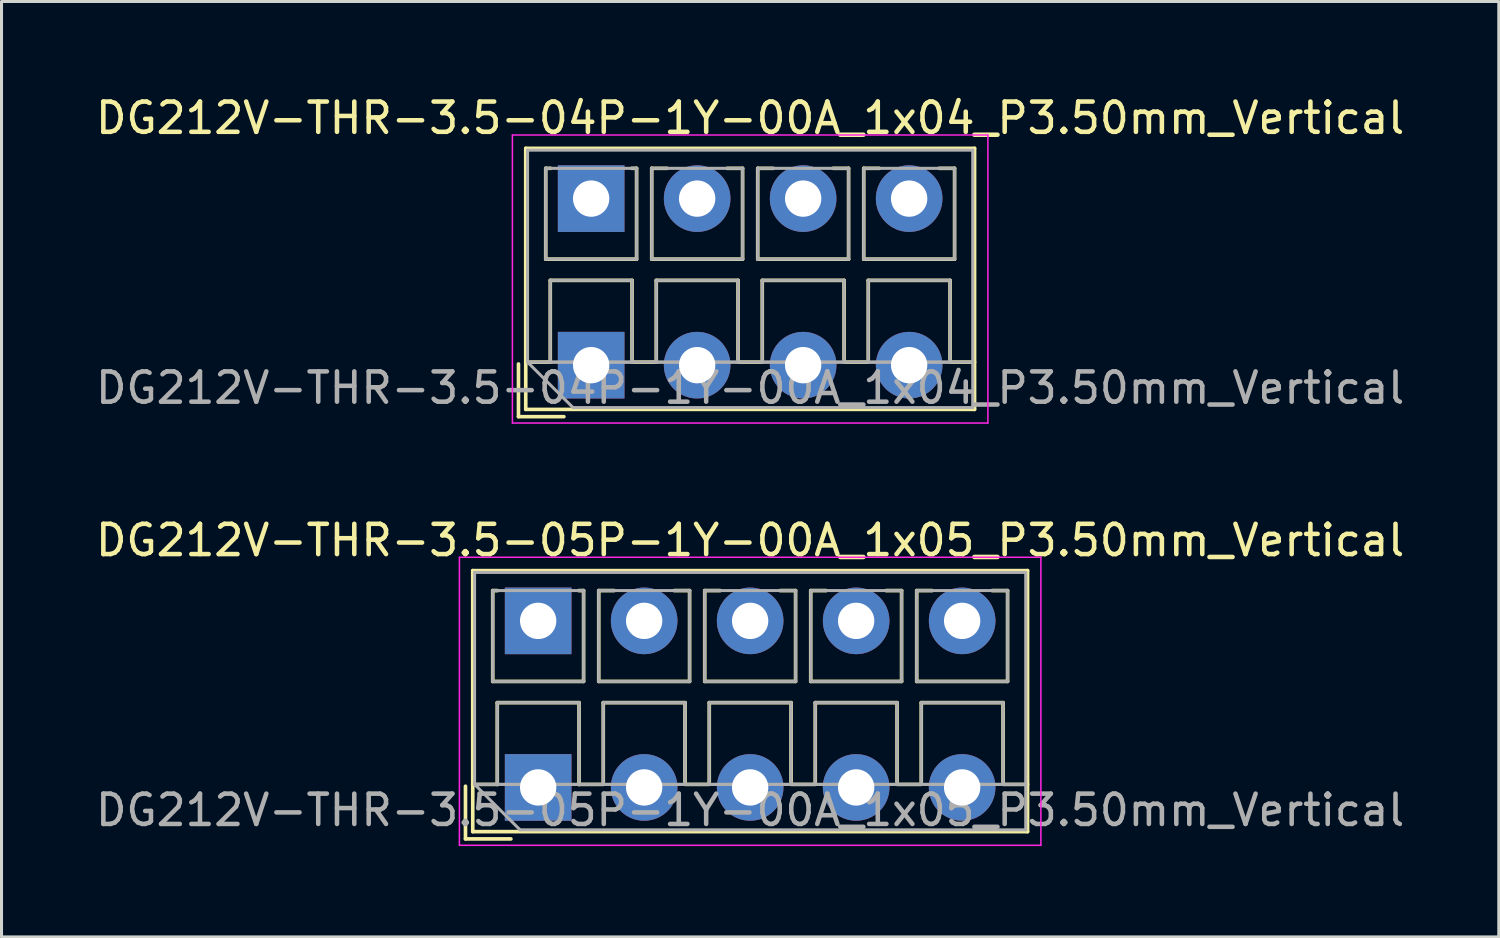
<source format=kicad_pcb>
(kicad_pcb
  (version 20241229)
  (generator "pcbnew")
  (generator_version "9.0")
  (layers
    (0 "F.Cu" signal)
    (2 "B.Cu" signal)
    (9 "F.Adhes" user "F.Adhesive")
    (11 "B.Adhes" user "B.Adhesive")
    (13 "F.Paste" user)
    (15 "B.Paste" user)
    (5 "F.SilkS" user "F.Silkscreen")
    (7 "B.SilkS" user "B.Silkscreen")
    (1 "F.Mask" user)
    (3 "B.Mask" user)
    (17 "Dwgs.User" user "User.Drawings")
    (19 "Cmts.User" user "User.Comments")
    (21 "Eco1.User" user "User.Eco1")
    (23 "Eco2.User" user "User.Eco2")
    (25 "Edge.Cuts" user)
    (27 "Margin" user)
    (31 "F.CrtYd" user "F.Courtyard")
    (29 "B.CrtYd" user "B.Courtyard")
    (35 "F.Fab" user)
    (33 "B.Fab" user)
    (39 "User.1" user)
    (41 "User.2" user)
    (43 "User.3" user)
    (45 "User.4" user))
  (footprint "DG212V-THR-3.5-04P-1Y-00A_1x04_P3.50mm_Vertical"
    (layer "F.Cu")
    (at 16.47 9.008)
    (property "Reference" "DG212V-THR-3.5-04P-1Y-00A_1x04_P3.50mm_Vertical" (at 5.25 -8.16 0) (layer "F.SilkS") (effects (font (size 1 1) (thickness 0.15))))
    (attr through_hole)
    (fp_line (start -2.4 -0.04) (end -2.4 1.7) (stroke (width 0.12) (type solid)) (layer "F.SilkS"))
    (fp_line (start -2.4 1.7) (end -0.9 1.7) (stroke (width 0.12) (type solid)) (layer "F.SilkS"))
    (fp_line (start -2.16 -7.16) (end -2.16 1.46) (stroke (width 0.12) (type solid)) (layer "F.SilkS"))
    (fp_line (start -2.16 -7.16) (end 12.66 -7.16) (stroke (width 0.12) (type solid)) (layer "F.SilkS"))
    (fp_line (start -2.16 -0.1) (end -1.34 -0.1) (stroke (width 0.12) (type solid)) (layer "F.SilkS"))
    (fp_line (start -2.16 1.46) (end 12.66 1.46) (stroke (width 0.12) (type solid)) (layer "F.SilkS"))
    (fp_line (start -1.5 -6.5) (end -1.5 -3.5) (stroke (width 0.12) (type solid)) (layer "F.SilkS"))
    (fp_line (start -1.5 -6.5) (end -1.34 -6.5) (stroke (width 0.12) (type solid)) (layer "F.SilkS"))
    (fp_line (start -1.5 -3.5) (end 1.5 -3.5) (stroke (width 0.12) (type solid)) (layer "F.SilkS"))
    (fp_line (start -1.35 -2.8) (end -1.35 -0.1) (stroke (width 0.12) (type solid)) (layer "F.SilkS"))
    (fp_line (start -1.35 -2.8) (end 1.35 -2.8) (stroke (width 0.12) (type solid)) (layer "F.SilkS"))
    (fp_line (start -1.35 -0.1) (end -1.34 -0.1) (stroke (width 0.12) (type solid)) (layer "F.SilkS"))
    (fp_line (start 1.34 -6.5) (end 1.5 -6.5) (stroke (width 0.12) (type solid)) (layer "F.SilkS"))
    (fp_line (start 1.34 -0.1) (end 1.35 -0.1) (stroke (width 0.12) (type solid)) (layer "F.SilkS"))
    (fp_line (start 1.34 -0.1) (end 2.148 -0.1) (stroke (width 0.12) (type solid)) (layer "F.SilkS"))
    (fp_line (start 1.35 -2.8) (end 1.35 -0.1) (stroke (width 0.12) (type solid)) (layer "F.SilkS"))
    (fp_line (start 1.5 -6.5) (end 1.5 -3.5) (stroke (width 0.12) (type solid)) (layer "F.SilkS"))
    (fp_line (start 2 -6.5) (end 2 -3.5) (stroke (width 0.12) (type solid)) (layer "F.SilkS"))
    (fp_line (start 2 -6.5) (end 2.512 -6.5) (stroke (width 0.12) (type solid)) (layer "F.SilkS"))
    (fp_line (start 2 -3.5) (end 5 -3.5) (stroke (width 0.12) (type solid)) (layer "F.SilkS"))
    (fp_line (start 2.15 -2.8) (end 2.15 -0.183) (stroke (width 0.12) (type solid)) (layer "F.SilkS"))
    (fp_line (start 2.15 -2.8) (end 4.85 -2.8) (stroke (width 0.12) (type solid)) (layer "F.SilkS"))
    (fp_line (start 4.489 -6.5) (end 5 -6.5) (stroke (width 0.12) (type solid)) (layer "F.SilkS"))
    (fp_line (start 4.85 -2.8) (end 4.85 -0.183) (stroke (width 0.12) (type solid)) (layer "F.SilkS"))
    (fp_line (start 4.853 -0.1) (end 5.648 -0.1) (stroke (width 0.12) (type solid)) (layer "F.SilkS"))
    (fp_line (start 5 -6.5) (end 5 -3.5) (stroke (width 0.12) (type solid)) (layer "F.SilkS"))
    (fp_line (start 5.5 -6.5) (end 5.5 -3.5) (stroke (width 0.12) (type solid)) (layer "F.SilkS"))
    (fp_line (start 5.5 -6.5) (end 6.012 -6.5) (stroke (width 0.12) (type solid)) (layer "F.SilkS"))
    (fp_line (start 5.5 -3.5) (end 8.5 -3.5) (stroke (width 0.12) (type solid)) (layer "F.SilkS"))
    (fp_line (start 5.65 -2.8) (end 5.65 -0.183) (stroke (width 0.12) (type solid)) (layer "F.SilkS"))
    (fp_line (start 5.65 -2.8) (end 8.351 -2.8) (stroke (width 0.12) (type solid)) (layer "F.SilkS"))
    (fp_line (start 7.989 -6.5) (end 8.5 -6.5) (stroke (width 0.12) (type solid)) (layer "F.SilkS"))
    (fp_line (start 8.351 -2.8) (end 8.351 -0.183) (stroke (width 0.12) (type solid)) (layer "F.SilkS"))
    (fp_line (start 8.353 -0.1) (end 9.148 -0.1) (stroke (width 0.12) (type solid)) (layer "F.SilkS"))
    (fp_line (start 8.5 -6.5) (end 8.5 -3.5) (stroke (width 0.12) (type solid)) (layer "F.SilkS"))
    (fp_line (start 9 -6.5) (end 9 -3.5) (stroke (width 0.12) (type solid)) (layer "F.SilkS"))
    (fp_line (start 9 -6.5) (end 9.512 -6.5) (stroke (width 0.12) (type solid)) (layer "F.SilkS"))
    (fp_line (start 9 -3.5) (end 12 -3.5) (stroke (width 0.12) (type solid)) (layer "F.SilkS"))
    (fp_line (start 9.15 -2.8) (end 9.15 -0.183) (stroke (width 0.12) (type solid)) (layer "F.SilkS"))
    (fp_line (start 9.15 -2.8) (end 11.851 -2.8) (stroke (width 0.12) (type solid)) (layer "F.SilkS"))
    (fp_line (start 11.489 -6.5) (end 12 -6.5) (stroke (width 0.12) (type solid)) (layer "F.SilkS"))
    (fp_line (start 11.851 -2.8) (end 11.851 -0.183) (stroke (width 0.12) (type solid)) (layer "F.SilkS"))
    (fp_line (start 11.853 -0.1) (end 12.66 -0.1) (stroke (width 0.12) (type solid)) (layer "F.SilkS"))
    (fp_line (start 12 -6.5) (end 12 -3.5) (stroke (width 0.12) (type solid)) (layer "F.SilkS"))
    (fp_line (start 12.66 -7.16) (end 12.66 1.46) (stroke (width 0.12) (type solid)) (layer "F.SilkS"))
    (fp_line (start -2.6 -7.6) (end -2.6 1.91) (stroke (width 0.05) (type solid)) (layer "F.CrtYd"))
    (fp_line (start -2.6 1.91) (end 13.1 1.91) (stroke (width 0.05) (type solid)) (layer "F.CrtYd"))
    (fp_line (start 13.1 -7.6) (end -2.6 -7.6) (stroke (width 0.05) (type solid)) (layer "F.CrtYd"))
    (fp_line (start 13.1 1.91) (end 13.1 -7.6) (stroke (width 0.05) (type solid)) (layer "F.CrtYd"))
    (fp_line (start -2.1 -7.1) (end 12.6 -7.1) (stroke (width 0.1) (type solid)) (layer "F.Fab"))
    (fp_line (start -2.1 -0.1) (end -2.1 -7.1) (stroke (width 0.1) (type solid)) (layer "F.Fab"))
    (fp_line (start -2.1 -0.1) (end 12.6 -0.1) (stroke (width 0.1) (type solid)) (layer "F.Fab"))
    (fp_line (start -1.5 -6.5) (end -1.5 -3.5) (stroke (width 0.1) (type solid)) (layer "F.Fab"))
    (fp_line (start -1.5 -3.5) (end 1.5 -3.5) (stroke (width 0.1) (type solid)) (layer "F.Fab"))
    (fp_line (start -1.35 -2.8) (end -1.35 -0.1) (stroke (width 0.1) (type solid)) (layer "F.Fab"))
    (fp_line (start -1.35 -0.1) (end 1.35 -0.1) (stroke (width 0.1) (type solid)) (layer "F.Fab"))
    (fp_line (start -0.6 1.4) (end -2.1 -0.1) (stroke (width 0.1) (type solid)) (layer "F.Fab"))
    (fp_line (start 1.35 -2.8) (end -1.35 -2.8) (stroke (width 0.1) (type solid)) (layer "F.Fab"))
    (fp_line (start 1.35 -0.1) (end 1.35 -2.8) (stroke (width 0.1) (type solid)) (layer "F.Fab"))
    (fp_line (start 1.5 -6.5) (end -1.5 -6.5) (stroke (width 0.1) (type solid)) (layer "F.Fab"))
    (fp_line (start 1.5 -3.5) (end 1.5 -6.5) (stroke (width 0.1) (type solid)) (layer "F.Fab"))
    (fp_line (start 2 -6.5) (end 2 -3.5) (stroke (width 0.1) (type solid)) (layer "F.Fab"))
    (fp_line (start 2 -3.5) (end 5 -3.5) (stroke (width 0.1) (type solid)) (layer "F.Fab"))
    (fp_line (start 2.15 -2.8) (end 2.15 -0.1) (stroke (width 0.1) (type solid)) (layer "F.Fab"))
    (fp_line (start 2.15 -0.1) (end 4.85 -0.1) (stroke (width 0.1) (type solid)) (layer "F.Fab"))
    (fp_line (start 4.85 -2.8) (end 2.15 -2.8) (stroke (width 0.1) (type solid)) (layer "F.Fab"))
    (fp_line (start 4.85 -0.1) (end 4.85 -2.8) (stroke (width 0.1) (type solid)) (layer "F.Fab"))
    (fp_line (start 5 -6.5) (end 2 -6.5) (stroke (width 0.1) (type solid)) (layer "F.Fab"))
    (fp_line (start 5 -3.5) (end 5 -6.5) (stroke (width 0.1) (type solid)) (layer "F.Fab"))
    (fp_line (start 5.5 -6.5) (end 5.5 -3.5) (stroke (width 0.1) (type solid)) (layer "F.Fab"))
    (fp_line (start 5.5 -3.5) (end 8.5 -3.5) (stroke (width 0.1) (type solid)) (layer "F.Fab"))
    (fp_line (start 5.65 -2.8) (end 5.65 -0.1) (stroke (width 0.1) (type solid)) (layer "F.Fab"))
    (fp_line (start 5.65 -0.1) (end 8.351 -0.1) (stroke (width 0.1) (type solid)) (layer "F.Fab"))
    (fp_line (start 8.351 -2.8) (end 5.65 -2.8) (stroke (width 0.1) (type solid)) (layer "F.Fab"))
    (fp_line (start 8.351 -0.1) (end 8.351 -2.8) (stroke (width 0.1) (type solid)) (layer "F.Fab"))
    (fp_line (start 8.5 -6.5) (end 5.5 -6.5) (stroke (width 0.1) (type solid)) (layer "F.Fab"))
    (fp_line (start 8.5 -3.5) (end 8.5 -6.5) (stroke (width 0.1) (type solid)) (layer "F.Fab"))
    (fp_line (start 9 -6.5) (end 9 -3.5) (stroke (width 0.1) (type solid)) (layer "F.Fab"))
    (fp_line (start 9 -3.5) (end 12 -3.5) (stroke (width 0.1) (type solid)) (layer "F.Fab"))
    (fp_line (start 9.15 -2.8) (end 9.15 -0.1) (stroke (width 0.1) (type solid)) (layer "F.Fab"))
    (fp_line (start 9.15 -0.1) (end 11.851 -0.1) (stroke (width 0.1) (type solid)) (layer "F.Fab"))
    (fp_line (start 11.851 -2.8) (end 9.15 -2.8) (stroke (width 0.1) (type solid)) (layer "F.Fab"))
    (fp_line (start 11.851 -0.1) (end 11.851 -2.8) (stroke (width 0.1) (type solid)) (layer "F.Fab"))
    (fp_line (start 12 -6.5) (end 9 -6.5) (stroke (width 0.1) (type solid)) (layer "F.Fab"))
    (fp_line (start 12 -3.5) (end 12 -6.5) (stroke (width 0.1) (type solid)) (layer "F.Fab"))
    (fp_line (start 12.6 -7.1) (end 12.6 1.4) (stroke (width 0.1) (type solid)) (layer "F.Fab"))
    (fp_line (start 12.6 1.4) (end -0.6 1.4) (stroke (width 0.1) (type solid)) (layer "F.Fab"))
    (fp_text user "${REFERENCE}" (at 5.25 0.75 0) (layer "F.Fab") (effects (font (size 1 1) (thickness 0.15))))
    (pad "1" thru_hole rect (at 0 -5.5) (size 2.2 2.2) (drill 1.2) (layers "*.Cu" "*.Mask"))
    (pad "1" thru_hole rect (at 0 0) (size 2.2 2.2) (drill 1.2) (layers "*.Cu" "*.Mask"))
    (pad "2" thru_hole circle (at 3.5 -5.5) (size 2.2 2.2) (drill 1.2) (layers "*.Cu" "*.Mask"))
    (pad "2" thru_hole circle (at 3.5 0) (size 2.2 2.2) (drill 1.2) (layers "*.Cu" "*.Mask"))
    (pad "3" thru_hole circle (at 7 -5.5) (size 2.2 2.2) (drill 1.2) (layers "*.Cu" "*.Mask"))
    (pad "3" thru_hole circle (at 7 0) (size 2.2 2.2) (drill 1.2) (layers "*.Cu" "*.Mask"))
    (pad "4" thru_hole circle (at 10.5 -5.5) (size 2.2 2.2) (drill 1.2) (layers "*.Cu" "*.Mask"))
    (pad "4" thru_hole circle (at 10.5 0) (size 2.2 2.2) (drill 1.2) (layers "*.Cu" "*.Mask")))
  (footprint "DG212V-THR-3.5-05P-1Y-00A_1x05_P3.50mm_Vertical"
    (layer "F.Cu")
    (at 14.72 22.951)
    (property "Reference" "DG212V-THR-3.5-05P-1Y-00A_1x05_P3.50mm_Vertical" (at 7 -8.16 0) (layer "F.SilkS") (effects (font (size 1 1) (thickness 0.15))))
    (attr through_hole)
    (fp_line (start -2.4 -0.04) (end -2.4 1.7) (stroke (width 0.12) (type solid)) (layer "F.SilkS"))
    (fp_line (start -2.4 1.7) (end -0.9 1.7) (stroke (width 0.12) (type solid)) (layer "F.SilkS"))
    (fp_line (start -2.16 -7.16) (end -2.16 1.46) (stroke (width 0.12) (type solid)) (layer "F.SilkS"))
    (fp_line (start -2.16 -7.16) (end 16.16 -7.16) (stroke (width 0.12) (type solid)) (layer "F.SilkS"))
    (fp_line (start -2.16 -0.1) (end -1.34 -0.1) (stroke (width 0.12) (type solid)) (layer "F.SilkS"))
    (fp_line (start -2.16 1.46) (end 16.16 1.46) (stroke (width 0.12) (type solid)) (layer "F.SilkS"))
    (fp_line (start -1.5 -6.5) (end -1.5 -3.5) (stroke (width 0.12) (type solid)) (layer "F.SilkS"))
    (fp_line (start -1.5 -6.5) (end -1.34 -6.5) (stroke (width 0.12) (type solid)) (layer "F.SilkS"))
    (fp_line (start -1.5 -3.5) (end 1.5 -3.5) (stroke (width 0.12) (type solid)) (layer "F.SilkS"))
    (fp_line (start -1.35 -2.8) (end -1.35 -0.1) (stroke (width 0.12) (type solid)) (layer "F.SilkS"))
    (fp_line (start -1.35 -2.8) (end 1.35 -2.8) (stroke (width 0.12) (type solid)) (layer "F.SilkS"))
    (fp_line (start -1.35 -0.1) (end -1.34 -0.1) (stroke (width 0.12) (type solid)) (layer "F.SilkS"))
    (fp_line (start 1.34 -6.5) (end 1.5 -6.5) (stroke (width 0.12) (type solid)) (layer "F.SilkS"))
    (fp_line (start 1.34 -0.1) (end 1.35 -0.1) (stroke (width 0.12) (type solid)) (layer "F.SilkS"))
    (fp_line (start 1.34 -0.1) (end 2.148 -0.1) (stroke (width 0.12) (type solid)) (layer "F.SilkS"))
    (fp_line (start 1.35 -2.8) (end 1.35 -0.1) (stroke (width 0.12) (type solid)) (layer "F.SilkS"))
    (fp_line (start 1.5 -6.5) (end 1.5 -3.5) (stroke (width 0.12) (type solid)) (layer "F.SilkS"))
    (fp_line (start 2 -6.5) (end 2 -3.5) (stroke (width 0.12) (type solid)) (layer "F.SilkS"))
    (fp_line (start 2 -6.5) (end 2.512 -6.5) (stroke (width 0.12) (type solid)) (layer "F.SilkS"))
    (fp_line (start 2 -3.5) (end 5 -3.5) (stroke (width 0.12) (type solid)) (layer "F.SilkS"))
    (fp_line (start 2.15 -2.8) (end 2.15 -0.183) (stroke (width 0.12) (type solid)) (layer "F.SilkS"))
    (fp_line (start 2.15 -2.8) (end 4.85 -2.8) (stroke (width 0.12) (type solid)) (layer "F.SilkS"))
    (fp_line (start 4.489 -6.5) (end 5 -6.5) (stroke (width 0.12) (type solid)) (layer "F.SilkS"))
    (fp_line (start 4.85 -2.8) (end 4.85 -0.183) (stroke (width 0.12) (type solid)) (layer "F.SilkS"))
    (fp_line (start 4.853 -0.1) (end 5.648 -0.1) (stroke (width 0.12) (type solid)) (layer "F.SilkS"))
    (fp_line (start 5 -6.5) (end 5 -3.5) (stroke (width 0.12) (type solid)) (layer "F.SilkS"))
    (fp_line (start 5.5 -6.5) (end 5.5 -3.5) (stroke (width 0.12) (type solid)) (layer "F.SilkS"))
    (fp_line (start 5.5 -6.5) (end 6.012 -6.5) (stroke (width 0.12) (type solid)) (layer "F.SilkS"))
    (fp_line (start 5.5 -3.5) (end 8.5 -3.5) (stroke (width 0.12) (type solid)) (layer "F.SilkS"))
    (fp_line (start 5.65 -2.8) (end 5.65 -0.183) (stroke (width 0.12) (type solid)) (layer "F.SilkS"))
    (fp_line (start 5.65 -2.8) (end 8.351 -2.8) (stroke (width 0.12) (type solid)) (layer "F.SilkS"))
    (fp_line (start 7.989 -6.5) (end 8.5 -6.5) (stroke (width 0.12) (type solid)) (layer "F.SilkS"))
    (fp_line (start 8.351 -2.8) (end 8.351 -0.183) (stroke (width 0.12) (type solid)) (layer "F.SilkS"))
    (fp_line (start 8.353 -0.1) (end 9.148 -0.1) (stroke (width 0.12) (type solid)) (layer "F.SilkS"))
    (fp_line (start 8.5 -6.5) (end 8.5 -3.5) (stroke (width 0.12) (type solid)) (layer "F.SilkS"))
    (fp_line (start 9 -6.5) (end 9 -3.5) (stroke (width 0.12) (type solid)) (layer "F.SilkS"))
    (fp_line (start 9 -6.5) (end 9.512 -6.5) (stroke (width 0.12) (type solid)) (layer "F.SilkS"))
    (fp_line (start 9 -3.5) (end 12 -3.5) (stroke (width 0.12) (type solid)) (layer "F.SilkS"))
    (fp_line (start 9.15 -2.8) (end 9.15 -0.183) (stroke (width 0.12) (type solid)) (layer "F.SilkS"))
    (fp_line (start 9.15 -2.8) (end 11.851 -2.8) (stroke (width 0.12) (type solid)) (layer "F.SilkS"))
    (fp_line (start 11.489 -6.5) (end 12 -6.5) (stroke (width 0.12) (type solid)) (layer "F.SilkS"))
    (fp_line (start 11.851 -2.8) (end 11.851 -0.183) (stroke (width 0.12) (type solid)) (layer "F.SilkS"))
    (fp_line (start 11.853 -0.1) (end 12.648 -0.1) (stroke (width 0.12) (type solid)) (layer "F.SilkS"))
    (fp_line (start 12 -6.5) (end 12 -3.5) (stroke (width 0.12) (type solid)) (layer "F.SilkS"))
    (fp_line (start 12.5 -6.5) (end 12.5 -3.5) (stroke (width 0.12) (type solid)) (layer "F.SilkS"))
    (fp_line (start 12.5 -6.5) (end 13.012 -6.5) (stroke (width 0.12) (type solid)) (layer "F.SilkS"))
    (fp_line (start 12.5 -3.5) (end 15.5 -3.5) (stroke (width 0.12) (type solid)) (layer "F.SilkS"))
    (fp_line (start 12.65 -2.8) (end 12.65 -0.183) (stroke (width 0.12) (type solid)) (layer "F.SilkS"))
    (fp_line (start 12.65 -2.8) (end 15.351 -2.8) (stroke (width 0.12) (type solid)) (layer "F.SilkS"))
    (fp_line (start 14.989 -6.5) (end 15.5 -6.5) (stroke (width 0.12) (type solid)) (layer "F.SilkS"))
    (fp_line (start 15.351 -2.8) (end 15.351 -0.183) (stroke (width 0.12) (type solid)) (layer "F.SilkS"))
    (fp_line (start 15.353 -0.1) (end 16.16 -0.1) (stroke (width 0.12) (type solid)) (layer "F.SilkS"))
    (fp_line (start 15.5 -6.5) (end 15.5 -3.5) (stroke (width 0.12) (type solid)) (layer "F.SilkS"))
    (fp_line (start 16.16 -7.16) (end 16.16 1.46) (stroke (width 0.12) (type solid)) (layer "F.SilkS"))
    (fp_line (start -2.6 -7.6) (end -2.6 1.91) (stroke (width 0.05) (type solid)) (layer "F.CrtYd"))
    (fp_line (start -2.6 1.91) (end 16.6 1.91) (stroke (width 0.05) (type solid)) (layer "F.CrtYd"))
    (fp_line (start 16.6 -7.6) (end -2.6 -7.6) (stroke (width 0.05) (type solid)) (layer "F.CrtYd"))
    (fp_line (start 16.6 1.91) (end 16.6 -7.6) (stroke (width 0.05) (type solid)) (layer "F.CrtYd"))
    (fp_line (start -2.1 -7.1) (end 16.1 -7.1) (stroke (width 0.1) (type solid)) (layer "F.Fab"))
    (fp_line (start -2.1 -0.1) (end -2.1 -7.1) (stroke (width 0.1) (type solid)) (layer "F.Fab"))
    (fp_line (start -2.1 -0.1) (end 16.1 -0.1) (stroke (width 0.1) (type solid)) (layer "F.Fab"))
    (fp_line (start -1.5 -6.5) (end -1.5 -3.5) (stroke (width 0.1) (type solid)) (layer "F.Fab"))
    (fp_line (start -1.5 -3.5) (end 1.5 -3.5) (stroke (width 0.1) (type solid)) (layer "F.Fab"))
    (fp_line (start -1.35 -2.8) (end -1.35 -0.1) (stroke (width 0.1) (type solid)) (layer "F.Fab"))
    (fp_line (start -1.35 -0.1) (end 1.35 -0.1) (stroke (width 0.1) (type solid)) (layer "F.Fab"))
    (fp_line (start -0.6 1.4) (end -2.1 -0.1) (stroke (width 0.1) (type solid)) (layer "F.Fab"))
    (fp_line (start 1.35 -2.8) (end -1.35 -2.8) (stroke (width 0.1) (type solid)) (layer "F.Fab"))
    (fp_line (start 1.35 -0.1) (end 1.35 -2.8) (stroke (width 0.1) (type solid)) (layer "F.Fab"))
    (fp_line (start 1.5 -6.5) (end -1.5 -6.5) (stroke (width 0.1) (type solid)) (layer "F.Fab"))
    (fp_line (start 1.5 -3.5) (end 1.5 -6.5) (stroke (width 0.1) (type solid)) (layer "F.Fab"))
    (fp_line (start 2 -6.5) (end 2 -3.5) (stroke (width 0.1) (type solid)) (layer "F.Fab"))
    (fp_line (start 2 -3.5) (end 5 -3.5) (stroke (width 0.1) (type solid)) (layer "F.Fab"))
    (fp_line (start 2.15 -2.8) (end 2.15 -0.1) (stroke (width 0.1) (type solid)) (layer "F.Fab"))
    (fp_line (start 2.15 -0.1) (end 4.85 -0.1) (stroke (width 0.1) (type solid)) (layer "F.Fab"))
    (fp_line (start 4.85 -2.8) (end 2.15 -2.8) (stroke (width 0.1) (type solid)) (layer "F.Fab"))
    (fp_line (start 4.85 -0.1) (end 4.85 -2.8) (stroke (width 0.1) (type solid)) (layer "F.Fab"))
    (fp_line (start 5 -6.5) (end 2 -6.5) (stroke (width 0.1) (type solid)) (layer "F.Fab"))
    (fp_line (start 5 -3.5) (end 5 -6.5) (stroke (width 0.1) (type solid)) (layer "F.Fab"))
    (fp_line (start 5.5 -6.5) (end 5.5 -3.5) (stroke (width 0.1) (type solid)) (layer "F.Fab"))
    (fp_line (start 5.5 -3.5) (end 8.5 -3.5) (stroke (width 0.1) (type solid)) (layer "F.Fab"))
    (fp_line (start 5.65 -2.8) (end 5.65 -0.1) (stroke (width 0.1) (type solid)) (layer "F.Fab"))
    (fp_line (start 5.65 -0.1) (end 8.351 -0.1) (stroke (width 0.1) (type solid)) (layer "F.Fab"))
    (fp_line (start 8.351 -2.8) (end 5.65 -2.8) (stroke (width 0.1) (type solid)) (layer "F.Fab"))
    (fp_line (start 8.351 -0.1) (end 8.351 -2.8) (stroke (width 0.1) (type solid)) (layer "F.Fab"))
    (fp_line (start 8.5 -6.5) (end 5.5 -6.5) (stroke (width 0.1) (type solid)) (layer "F.Fab"))
    (fp_line (start 8.5 -3.5) (end 8.5 -6.5) (stroke (width 0.1) (type solid)) (layer "F.Fab"))
    (fp_line (start 9 -6.5) (end 9 -3.5) (stroke (width 0.1) (type solid)) (layer "F.Fab"))
    (fp_line (start 9 -3.5) (end 12 -3.5) (stroke (width 0.1) (type solid)) (layer "F.Fab"))
    (fp_line (start 9.15 -2.8) (end 9.15 -0.1) (stroke (width 0.1) (type solid)) (layer "F.Fab"))
    (fp_line (start 9.15 -0.1) (end 11.851 -0.1) (stroke (width 0.1) (type solid)) (layer "F.Fab"))
    (fp_line (start 11.851 -2.8) (end 9.15 -2.8) (stroke (width 0.1) (type solid)) (layer "F.Fab"))
    (fp_line (start 11.851 -0.1) (end 11.851 -2.8) (stroke (width 0.1) (type solid)) (layer "F.Fab"))
    (fp_line (start 12 -6.5) (end 9 -6.5) (stroke (width 0.1) (type solid)) (layer "F.Fab"))
    (fp_line (start 12 -3.5) (end 12 -6.5) (stroke (width 0.1) (type solid)) (layer "F.Fab"))
    (fp_line (start 12.5 -6.5) (end 12.5 -3.5) (stroke (width 0.1) (type solid)) (layer "F.Fab"))
    (fp_line (start 12.5 -3.5) (end 15.5 -3.5) (stroke (width 0.1) (type solid)) (layer "F.Fab"))
    (fp_line (start 12.65 -2.8) (end 12.65 -0.1) (stroke (width 0.1) (type solid)) (layer "F.Fab"))
    (fp_line (start 12.65 -0.1) (end 15.351 -0.1) (stroke (width 0.1) (type solid)) (layer "F.Fab"))
    (fp_line (start 15.351 -2.8) (end 12.65 -2.8) (stroke (width 0.1) (type solid)) (layer "F.Fab"))
    (fp_line (start 15.351 -0.1) (end 15.351 -2.8) (stroke (width 0.1) (type solid)) (layer "F.Fab"))
    (fp_line (start 15.5 -6.5) (end 12.5 -6.5) (stroke (width 0.1) (type solid)) (layer "F.Fab"))
    (fp_line (start 15.5 -3.5) (end 15.5 -6.5) (stroke (width 0.1) (type solid)) (layer "F.Fab"))
    (fp_line (start 16.1 -7.1) (end 16.1 1.4) (stroke (width 0.1) (type solid)) (layer "F.Fab"))
    (fp_line (start 16.1 1.4) (end -0.6 1.4) (stroke (width 0.1) (type solid)) (layer "F.Fab"))
    (fp_text user "${REFERENCE}" (at 7 0.75 0) (layer "F.Fab") (effects (font (size 1 1) (thickness 0.15))))
    (pad "1" thru_hole rect (at 0 -5.5) (size 2.2 2.2) (drill 1.2) (layers "*.Cu" "*.Mask"))
    (pad "1" thru_hole rect (at 0 0) (size 2.2 2.2) (drill 1.2) (layers "*.Cu" "*.Mask"))
    (pad "2" thru_hole circle (at 3.5 -5.5) (size 2.2 2.2) (drill 1.2) (layers "*.Cu" "*.Mask"))
    (pad "2" thru_hole circle (at 3.5 0) (size 2.2 2.2) (drill 1.2) (layers "*.Cu" "*.Mask"))
    (pad "3" thru_hole circle (at 7 -5.5) (size 2.2 2.2) (drill 1.2) (layers "*.Cu" "*.Mask"))
    (pad "3" thru_hole circle (at 7 0) (size 2.2 2.2) (drill 1.2) (layers "*.Cu" "*.Mask"))
    (pad "4" thru_hole circle (at 10.5 -5.5) (size 2.2 2.2) (drill 1.2) (layers "*.Cu" "*.Mask"))
    (pad "4" thru_hole circle (at 10.5 0) (size 2.2 2.2) (drill 1.2) (layers "*.Cu" "*.Mask"))
    (pad "5" thru_hole circle (at 14 -5.5) (size 2.2 2.2) (drill 1.2) (layers "*.Cu" "*.Mask"))
    (pad "5" thru_hole circle (at 14 0) (size 2.2 2.2) (drill 1.2) (layers "*.Cu" "*.Mask")))
  (gr_rect
    (start -3 -3)
    (end 46.44 27.887)
    (stroke (width 0.1) (type default))
    (fill no)
    (layer "Edge.Cuts")))
</source>
